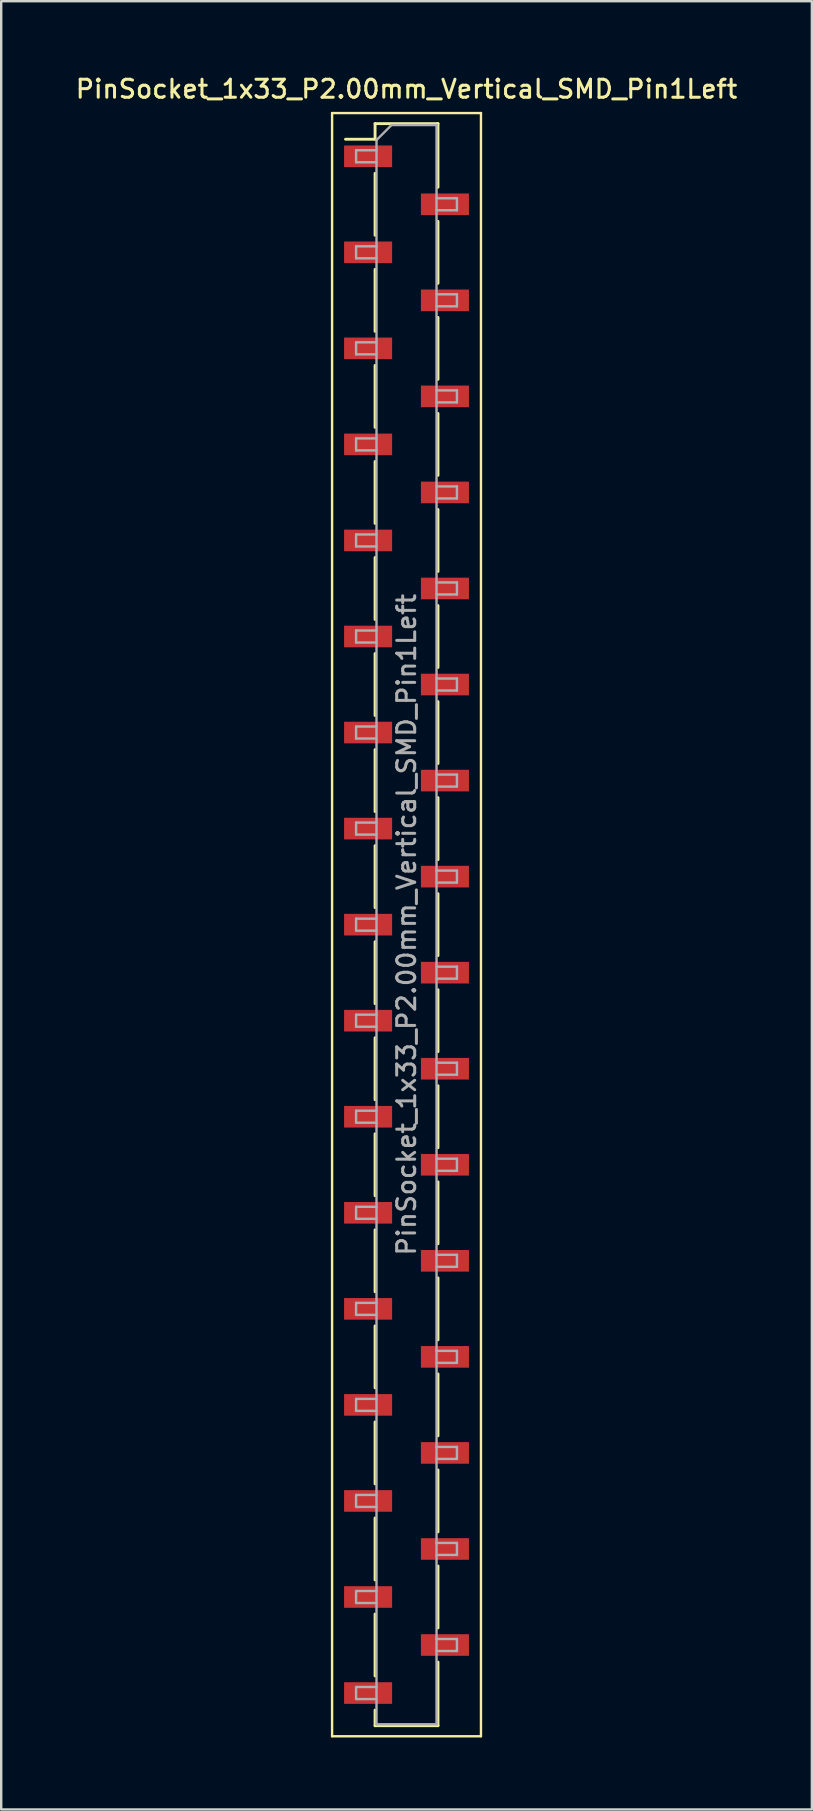
<source format=kicad_pcb>
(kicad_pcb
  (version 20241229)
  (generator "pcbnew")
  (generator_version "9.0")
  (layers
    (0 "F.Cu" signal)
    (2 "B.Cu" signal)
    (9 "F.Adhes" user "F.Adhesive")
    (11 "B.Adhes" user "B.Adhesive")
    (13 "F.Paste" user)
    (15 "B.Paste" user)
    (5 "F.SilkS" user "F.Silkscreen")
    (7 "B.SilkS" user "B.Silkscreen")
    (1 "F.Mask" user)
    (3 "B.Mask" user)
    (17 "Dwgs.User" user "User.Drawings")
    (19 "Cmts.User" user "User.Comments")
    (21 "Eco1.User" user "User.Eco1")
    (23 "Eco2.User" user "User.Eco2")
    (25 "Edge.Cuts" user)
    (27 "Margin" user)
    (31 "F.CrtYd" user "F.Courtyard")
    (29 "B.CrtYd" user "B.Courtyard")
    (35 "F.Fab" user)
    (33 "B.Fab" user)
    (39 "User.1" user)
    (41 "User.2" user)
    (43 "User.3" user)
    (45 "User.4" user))
  (footprint "PinSocket_1x33_P2.00mm_Vertical_SMD_Pin1Left"
    (layer "F.Cu")
    (at 13.88 35.458)
    (property "Reference" "PinSocket_1x33_P2.00mm_Vertical_SMD_Pin1Left" (at 0 -34.8 0) (layer "F.SilkS") (effects (font (size 0.75 0.75) (thickness 0.125))))
    (attr smd)
    (fp_line (start -3.1 -33.8) (end 3.1 -33.8) (stroke (width 0.1) (type solid)) (layer "F.SilkS"))
    (fp_line (start -3.1 33.8) (end -3.1 -33.8) (stroke (width 0.1) (type solid)) (layer "F.SilkS"))
    (fp_line (start -2.54 -32.71) (end -1.31 -32.71) (stroke (width 0.12) (type solid)) (layer "F.SilkS"))
    (fp_line (start -1.31 -33.36) (end -1.31 -32.71) (stroke (width 0.12) (type solid)) (layer "F.SilkS"))
    (fp_line (start -1.31 -33.36) (end 1.31 -33.36) (stroke (width 0.12) (type solid)) (layer "F.SilkS"))
    (fp_line (start -1.31 -31.29) (end -1.31 -28.71) (stroke (width 0.12) (type solid)) (layer "F.SilkS"))
    (fp_line (start -1.31 -27.29) (end -1.31 -24.71) (stroke (width 0.12) (type solid)) (layer "F.SilkS"))
    (fp_line (start -1.31 -23.29) (end -1.31 -20.71) (stroke (width 0.12) (type solid)) (layer "F.SilkS"))
    (fp_line (start -1.31 -19.29) (end -1.31 -16.71) (stroke (width 0.12) (type solid)) (layer "F.SilkS"))
    (fp_line (start -1.31 -15.29) (end -1.31 -12.71) (stroke (width 0.12) (type solid)) (layer "F.SilkS"))
    (fp_line (start -1.31 -11.29) (end -1.31 -8.71) (stroke (width 0.12) (type solid)) (layer "F.SilkS"))
    (fp_line (start -1.31 -7.29) (end -1.31 -4.71) (stroke (width 0.12) (type solid)) (layer "F.SilkS"))
    (fp_line (start -1.31 -3.29) (end -1.31 -0.71) (stroke (width 0.12) (type solid)) (layer "F.SilkS"))
    (fp_line (start -1.31 0.71) (end -1.31 3.29) (stroke (width 0.12) (type solid)) (layer "F.SilkS"))
    (fp_line (start -1.31 4.71) (end -1.31 7.29) (stroke (width 0.12) (type solid)) (layer "F.SilkS"))
    (fp_line (start -1.31 8.71) (end -1.31 11.29) (stroke (width 0.12) (type solid)) (layer "F.SilkS"))
    (fp_line (start -1.31 12.71) (end -1.31 15.29) (stroke (width 0.12) (type solid)) (layer "F.SilkS"))
    (fp_line (start -1.31 16.71) (end -1.31 19.29) (stroke (width 0.12) (type solid)) (layer "F.SilkS"))
    (fp_line (start -1.31 20.71) (end -1.31 23.29) (stroke (width 0.12) (type solid)) (layer "F.SilkS"))
    (fp_line (start -1.31 24.71) (end -1.31 27.29) (stroke (width 0.12) (type solid)) (layer "F.SilkS"))
    (fp_line (start -1.31 28.71) (end -1.31 31.29) (stroke (width 0.12) (type solid)) (layer "F.SilkS"))
    (fp_line (start -1.31 32.71) (end -1.31 33.36) (stroke (width 0.12) (type solid)) (layer "F.SilkS"))
    (fp_line (start -1.31 33.36) (end 1.31 33.36) (stroke (width 0.12) (type solid)) (layer "F.SilkS"))
    (fp_line (start 1.31 -33.36) (end 1.31 -30.71) (stroke (width 0.12) (type solid)) (layer "F.SilkS"))
    (fp_line (start 1.31 -29.29) (end 1.31 -26.71) (stroke (width 0.12) (type solid)) (layer "F.SilkS"))
    (fp_line (start 1.31 -25.29) (end 1.31 -22.71) (stroke (width 0.12) (type solid)) (layer "F.SilkS"))
    (fp_line (start 1.31 -21.29) (end 1.31 -18.71) (stroke (width 0.12) (type solid)) (layer "F.SilkS"))
    (fp_line (start 1.31 -17.29) (end 1.31 -14.71) (stroke (width 0.12) (type solid)) (layer "F.SilkS"))
    (fp_line (start 1.31 -13.29) (end 1.31 -10.71) (stroke (width 0.12) (type solid)) (layer "F.SilkS"))
    (fp_line (start 1.31 -9.29) (end 1.31 -6.71) (stroke (width 0.12) (type solid)) (layer "F.SilkS"))
    (fp_line (start 1.31 -5.29) (end 1.31 -2.71) (stroke (width 0.12) (type solid)) (layer "F.SilkS"))
    (fp_line (start 1.31 -1.29) (end 1.31 1.29) (stroke (width 0.12) (type solid)) (layer "F.SilkS"))
    (fp_line (start 1.31 2.71) (end 1.31 5.29) (stroke (width 0.12) (type solid)) (layer "F.SilkS"))
    (fp_line (start 1.31 6.71) (end 1.31 9.29) (stroke (width 0.12) (type solid)) (layer "F.SilkS"))
    (fp_line (start 1.31 10.71) (end 1.31 13.29) (stroke (width 0.12) (type solid)) (layer "F.SilkS"))
    (fp_line (start 1.31 14.71) (end 1.31 17.29) (stroke (width 0.12) (type solid)) (layer "F.SilkS"))
    (fp_line (start 1.31 18.71) (end 1.31 21.29) (stroke (width 0.12) (type solid)) (layer "F.SilkS"))
    (fp_line (start 1.31 22.71) (end 1.31 25.29) (stroke (width 0.12) (type solid)) (layer "F.SilkS"))
    (fp_line (start 1.31 26.71) (end 1.31 29.29) (stroke (width 0.12) (type solid)) (layer "F.SilkS"))
    (fp_line (start 1.31 30.71) (end 1.31 33.36) (stroke (width 0.12) (type solid)) (layer "F.SilkS"))
    (fp_line (start 3.1 -33.8) (end 3.1 33.8) (stroke (width 0.1) (type solid)) (layer "F.SilkS"))
    (fp_line (start 3.1 33.8) (end -3.1 33.8) (stroke (width 0.1) (type solid)) (layer "F.SilkS"))
    (fp_line (start -2.1 -32.25) (end -1.25 -32.25) (stroke (width 0.1) (type solid)) (layer "F.Fab"))
    (fp_line (start -2.1 -31.75) (end -2.1 -32.25) (stroke (width 0.1) (type solid)) (layer "F.Fab"))
    (fp_line (start -2.1 -28.25) (end -1.25 -28.25) (stroke (width 0.1) (type solid)) (layer "F.Fab"))
    (fp_line (start -2.1 -27.75) (end -2.1 -28.25) (stroke (width 0.1) (type solid)) (layer "F.Fab"))
    (fp_line (start -2.1 -24.25) (end -1.25 -24.25) (stroke (width 0.1) (type solid)) (layer "F.Fab"))
    (fp_line (start -2.1 -23.75) (end -2.1 -24.25) (stroke (width 0.1) (type solid)) (layer "F.Fab"))
    (fp_line (start -2.1 -20.25) (end -1.25 -20.25) (stroke (width 0.1) (type solid)) (layer "F.Fab"))
    (fp_line (start -2.1 -19.75) (end -2.1 -20.25) (stroke (width 0.1) (type solid)) (layer "F.Fab"))
    (fp_line (start -2.1 -16.25) (end -1.25 -16.25) (stroke (width 0.1) (type solid)) (layer "F.Fab"))
    (fp_line (start -2.1 -15.75) (end -2.1 -16.25) (stroke (width 0.1) (type solid)) (layer "F.Fab"))
    (fp_line (start -2.1 -12.25) (end -1.25 -12.25) (stroke (width 0.1) (type solid)) (layer "F.Fab"))
    (fp_line (start -2.1 -11.75) (end -2.1 -12.25) (stroke (width 0.1) (type solid)) (layer "F.Fab"))
    (fp_line (start -2.1 -8.25) (end -1.25 -8.25) (stroke (width 0.1) (type solid)) (layer "F.Fab"))
    (fp_line (start -2.1 -7.75) (end -2.1 -8.25) (stroke (width 0.1) (type solid)) (layer "F.Fab"))
    (fp_line (start -2.1 -4.25) (end -1.25 -4.25) (stroke (width 0.1) (type solid)) (layer "F.Fab"))
    (fp_line (start -2.1 -3.75) (end -2.1 -4.25) (stroke (width 0.1) (type solid)) (layer "F.Fab"))
    (fp_line (start -2.1 -0.25) (end -1.25 -0.25) (stroke (width 0.1) (type solid)) (layer "F.Fab"))
    (fp_line (start -2.1 0.25) (end -2.1 -0.25) (stroke (width 0.1) (type solid)) (layer "F.Fab"))
    (fp_line (start -2.1 3.75) (end -1.25 3.75) (stroke (width 0.1) (type solid)) (layer "F.Fab"))
    (fp_line (start -2.1 4.25) (end -2.1 3.75) (stroke (width 0.1) (type solid)) (layer "F.Fab"))
    (fp_line (start -2.1 7.75) (end -1.25 7.75) (stroke (width 0.1) (type solid)) (layer "F.Fab"))
    (fp_line (start -2.1 8.25) (end -2.1 7.75) (stroke (width 0.1) (type solid)) (layer "F.Fab"))
    (fp_line (start -2.1 11.75) (end -1.25 11.75) (stroke (width 0.1) (type solid)) (layer "F.Fab"))
    (fp_line (start -2.1 12.25) (end -2.1 11.75) (stroke (width 0.1) (type solid)) (layer "F.Fab"))
    (fp_line (start -2.1 15.75) (end -1.25 15.75) (stroke (width 0.1) (type solid)) (layer "F.Fab"))
    (fp_line (start -2.1 16.25) (end -2.1 15.75) (stroke (width 0.1) (type solid)) (layer "F.Fab"))
    (fp_line (start -2.1 19.75) (end -1.25 19.75) (stroke (width 0.1) (type solid)) (layer "F.Fab"))
    (fp_line (start -2.1 20.25) (end -2.1 19.75) (stroke (width 0.1) (type solid)) (layer "F.Fab"))
    (fp_line (start -2.1 23.75) (end -1.25 23.75) (stroke (width 0.1) (type solid)) (layer "F.Fab"))
    (fp_line (start -2.1 24.25) (end -2.1 23.75) (stroke (width 0.1) (type solid)) (layer "F.Fab"))
    (fp_line (start -2.1 27.75) (end -1.25 27.75) (stroke (width 0.1) (type solid)) (layer "F.Fab"))
    (fp_line (start -2.1 28.25) (end -2.1 27.75) (stroke (width 0.1) (type solid)) (layer "F.Fab"))
    (fp_line (start -2.1 31.75) (end -1.25 31.75) (stroke (width 0.1) (type solid)) (layer "F.Fab"))
    (fp_line (start -2.1 32.25) (end -2.1 31.75) (stroke (width 0.1) (type solid)) (layer "F.Fab"))
    (fp_line (start -1.25 -32.675) (end -0.625 -33.3) (stroke (width 0.1) (type solid)) (layer "F.Fab"))
    (fp_line (start -1.25 -31.75) (end -2.1 -31.75) (stroke (width 0.1) (type solid)) (layer "F.Fab"))
    (fp_line (start -1.25 -27.75) (end -2.1 -27.75) (stroke (width 0.1) (type solid)) (layer "F.Fab"))
    (fp_line (start -1.25 -23.75) (end -2.1 -23.75) (stroke (width 0.1) (type solid)) (layer "F.Fab"))
    (fp_line (start -1.25 -19.75) (end -2.1 -19.75) (stroke (width 0.1) (type solid)) (layer "F.Fab"))
    (fp_line (start -1.25 -15.75) (end -2.1 -15.75) (stroke (width 0.1) (type solid)) (layer "F.Fab"))
    (fp_line (start -1.25 -11.75) (end -2.1 -11.75) (stroke (width 0.1) (type solid)) (layer "F.Fab"))
    (fp_line (start -1.25 -7.75) (end -2.1 -7.75) (stroke (width 0.1) (type solid)) (layer "F.Fab"))
    (fp_line (start -1.25 -3.75) (end -2.1 -3.75) (stroke (width 0.1) (type solid)) (layer "F.Fab"))
    (fp_line (start -1.25 0.25) (end -2.1 0.25) (stroke (width 0.1) (type solid)) (layer "F.Fab"))
    (fp_line (start -1.25 4.25) (end -2.1 4.25) (stroke (width 0.1) (type solid)) (layer "F.Fab"))
    (fp_line (start -1.25 8.25) (end -2.1 8.25) (stroke (width 0.1) (type solid)) (layer "F.Fab"))
    (fp_line (start -1.25 12.25) (end -2.1 12.25) (stroke (width 0.1) (type solid)) (layer "F.Fab"))
    (fp_line (start -1.25 16.25) (end -2.1 16.25) (stroke (width 0.1) (type solid)) (layer "F.Fab"))
    (fp_line (start -1.25 20.25) (end -2.1 20.25) (stroke (width 0.1) (type solid)) (layer "F.Fab"))
    (fp_line (start -1.25 24.25) (end -2.1 24.25) (stroke (width 0.1) (type solid)) (layer "F.Fab"))
    (fp_line (start -1.25 28.25) (end -2.1 28.25) (stroke (width 0.1) (type solid)) (layer "F.Fab"))
    (fp_line (start -1.25 32.25) (end -2.1 32.25) (stroke (width 0.1) (type solid)) (layer "F.Fab"))
    (fp_line (start -1.25 33.3) (end -1.25 -32.675) (stroke (width 0.1) (type solid)) (layer "F.Fab"))
    (fp_line (start -0.625 -33.3) (end 1.25 -33.3) (stroke (width 0.1) (type solid)) (layer "F.Fab"))
    (fp_line (start 1.25 -33.3) (end 1.25 33.3) (stroke (width 0.1) (type solid)) (layer "F.Fab"))
    (fp_line (start 1.25 -30.25) (end 2.1 -30.25) (stroke (width 0.1) (type solid)) (layer "F.Fab"))
    (fp_line (start 1.25 -26.25) (end 2.1 -26.25) (stroke (width 0.1) (type solid)) (layer "F.Fab"))
    (fp_line (start 1.25 -22.25) (end 2.1 -22.25) (stroke (width 0.1) (type solid)) (layer "F.Fab"))
    (fp_line (start 1.25 -18.25) (end 2.1 -18.25) (stroke (width 0.1) (type solid)) (layer "F.Fab"))
    (fp_line (start 1.25 -14.25) (end 2.1 -14.25) (stroke (width 0.1) (type solid)) (layer "F.Fab"))
    (fp_line (start 1.25 -10.25) (end 2.1 -10.25) (stroke (width 0.1) (type solid)) (layer "F.Fab"))
    (fp_line (start 1.25 -6.25) (end 2.1 -6.25) (stroke (width 0.1) (type solid)) (layer "F.Fab"))
    (fp_line (start 1.25 -2.25) (end 2.1 -2.25) (stroke (width 0.1) (type solid)) (layer "F.Fab"))
    (fp_line (start 1.25 1.75) (end 2.1 1.75) (stroke (width 0.1) (type solid)) (layer "F.Fab"))
    (fp_line (start 1.25 5.75) (end 2.1 5.75) (stroke (width 0.1) (type solid)) (layer "F.Fab"))
    (fp_line (start 1.25 9.75) (end 2.1 9.75) (stroke (width 0.1) (type solid)) (layer "F.Fab"))
    (fp_line (start 1.25 13.75) (end 2.1 13.75) (stroke (width 0.1) (type solid)) (layer "F.Fab"))
    (fp_line (start 1.25 17.75) (end 2.1 17.75) (stroke (width 0.1) (type solid)) (layer "F.Fab"))
    (fp_line (start 1.25 21.75) (end 2.1 21.75) (stroke (width 0.1) (type solid)) (layer "F.Fab"))
    (fp_line (start 1.25 25.75) (end 2.1 25.75) (stroke (width 0.1) (type solid)) (layer "F.Fab"))
    (fp_line (start 1.25 29.75) (end 2.1 29.75) (stroke (width 0.1) (type solid)) (layer "F.Fab"))
    (fp_line (start 1.25 33.3) (end -1.25 33.3) (stroke (width 0.1) (type solid)) (layer "F.Fab"))
    (fp_line (start 2.1 -30.25) (end 2.1 -29.75) (stroke (width 0.1) (type solid)) (layer "F.Fab"))
    (fp_line (start 2.1 -29.75) (end 1.25 -29.75) (stroke (width 0.1) (type solid)) (layer "F.Fab"))
    (fp_line (start 2.1 -26.25) (end 2.1 -25.75) (stroke (width 0.1) (type solid)) (layer "F.Fab"))
    (fp_line (start 2.1 -25.75) (end 1.25 -25.75) (stroke (width 0.1) (type solid)) (layer "F.Fab"))
    (fp_line (start 2.1 -22.25) (end 2.1 -21.75) (stroke (width 0.1) (type solid)) (layer "F.Fab"))
    (fp_line (start 2.1 -21.75) (end 1.25 -21.75) (stroke (width 0.1) (type solid)) (layer "F.Fab"))
    (fp_line (start 2.1 -18.25) (end 2.1 -17.75) (stroke (width 0.1) (type solid)) (layer "F.Fab"))
    (fp_line (start 2.1 -17.75) (end 1.25 -17.75) (stroke (width 0.1) (type solid)) (layer "F.Fab"))
    (fp_line (start 2.1 -14.25) (end 2.1 -13.75) (stroke (width 0.1) (type solid)) (layer "F.Fab"))
    (fp_line (start 2.1 -13.75) (end 1.25 -13.75) (stroke (width 0.1) (type solid)) (layer "F.Fab"))
    (fp_line (start 2.1 -10.25) (end 2.1 -9.75) (stroke (width 0.1) (type solid)) (layer "F.Fab"))
    (fp_line (start 2.1 -9.75) (end 1.25 -9.75) (stroke (width 0.1) (type solid)) (layer "F.Fab"))
    (fp_line (start 2.1 -6.25) (end 2.1 -5.75) (stroke (width 0.1) (type solid)) (layer "F.Fab"))
    (fp_line (start 2.1 -5.75) (end 1.25 -5.75) (stroke (width 0.1) (type solid)) (layer "F.Fab"))
    (fp_line (start 2.1 -2.25) (end 2.1 -1.75) (stroke (width 0.1) (type solid)) (layer "F.Fab"))
    (fp_line (start 2.1 -1.75) (end 1.25 -1.75) (stroke (width 0.1) (type solid)) (layer "F.Fab"))
    (fp_line (start 2.1 1.75) (end 2.1 2.25) (stroke (width 0.1) (type solid)) (layer "F.Fab"))
    (fp_line (start 2.1 2.25) (end 1.25 2.25) (stroke (width 0.1) (type solid)) (layer "F.Fab"))
    (fp_line (start 2.1 5.75) (end 2.1 6.25) (stroke (width 0.1) (type solid)) (layer "F.Fab"))
    (fp_line (start 2.1 6.25) (end 1.25 6.25) (stroke (width 0.1) (type solid)) (layer "F.Fab"))
    (fp_line (start 2.1 9.75) (end 2.1 10.25) (stroke (width 0.1) (type solid)) (layer "F.Fab"))
    (fp_line (start 2.1 10.25) (end 1.25 10.25) (stroke (width 0.1) (type solid)) (layer "F.Fab"))
    (fp_line (start 2.1 13.75) (end 2.1 14.25) (stroke (width 0.1) (type solid)) (layer "F.Fab"))
    (fp_line (start 2.1 14.25) (end 1.25 14.25) (stroke (width 0.1) (type solid)) (layer "F.Fab"))
    (fp_line (start 2.1 17.75) (end 2.1 18.25) (stroke (width 0.1) (type solid)) (layer "F.Fab"))
    (fp_line (start 2.1 18.25) (end 1.25 18.25) (stroke (width 0.1) (type solid)) (layer "F.Fab"))
    (fp_line (start 2.1 21.75) (end 2.1 22.25) (stroke (width 0.1) (type solid)) (layer "F.Fab"))
    (fp_line (start 2.1 22.25) (end 1.25 22.25) (stroke (width 0.1) (type solid)) (layer "F.Fab"))
    (fp_line (start 2.1 25.75) (end 2.1 26.25) (stroke (width 0.1) (type solid)) (layer "F.Fab"))
    (fp_line (start 2.1 26.25) (end 1.25 26.25) (stroke (width 0.1) (type solid)) (layer "F.Fab"))
    (fp_line (start 2.1 29.75) (end 2.1 30.25) (stroke (width 0.1) (type solid)) (layer "F.Fab"))
    (fp_line (start 2.1 30.25) (end 1.25 30.25) (stroke (width 0.1) (type solid)) (layer "F.Fab"))
    (fp_text user "${REFERENCE}" (at 0 0 90) (layer "F.Fab") (effects (font (size 0.75 0.75) (thickness 0.125))))
    (pad "1" smd rect (at -1.6 -32) (size 2 0.9) (layers "F.Cu" "F.Mask" "F.Paste"))
    (pad "2" smd rect (at 1.6 -30) (size 2 0.9) (layers "F.Cu" "F.Mask" "F.Paste"))
    (pad "3" smd rect (at -1.6 -28) (size 2 0.9) (layers "F.Cu" "F.Mask" "F.Paste"))
    (pad "4" smd rect (at 1.6 -26) (size 2 0.9) (layers "F.Cu" "F.Mask" "F.Paste"))
    (pad "5" smd rect (at -1.6 -24) (size 2 0.9) (layers "F.Cu" "F.Mask" "F.Paste"))
    (pad "6" smd rect (at 1.6 -22) (size 2 0.9) (layers "F.Cu" "F.Mask" "F.Paste"))
    (pad "7" smd rect (at -1.6 -20) (size 2 0.9) (layers "F.Cu" "F.Mask" "F.Paste"))
    (pad "8" smd rect (at 1.6 -18) (size 2 0.9) (layers "F.Cu" "F.Mask" "F.Paste"))
    (pad "9" smd rect (at -1.6 -16) (size 2 0.9) (layers "F.Cu" "F.Mask" "F.Paste"))
    (pad "10" smd rect (at 1.6 -14) (size 2 0.9) (layers "F.Cu" "F.Mask" "F.Paste"))
    (pad "11" smd rect (at -1.6 -12) (size 2 0.9) (layers "F.Cu" "F.Mask" "F.Paste"))
    (pad "12" smd rect (at 1.6 -10) (size 2 0.9) (layers "F.Cu" "F.Mask" "F.Paste"))
    (pad "13" smd rect (at -1.6 -8) (size 2 0.9) (layers "F.Cu" "F.Mask" "F.Paste"))
    (pad "14" smd rect (at 1.6 -6) (size 2 0.9) (layers "F.Cu" "F.Mask" "F.Paste"))
    (pad "15" smd rect (at -1.6 -4) (size 2 0.9) (layers "F.Cu" "F.Mask" "F.Paste"))
    (pad "16" smd rect (at 1.6 -2) (size 2 0.9) (layers "F.Cu" "F.Mask" "F.Paste"))
    (pad "17" smd rect (at -1.6 0) (size 2 0.9) (layers "F.Cu" "F.Mask" "F.Paste"))
    (pad "18" smd rect (at 1.6 2) (size 2 0.9) (layers "F.Cu" "F.Mask" "F.Paste"))
    (pad "19" smd rect (at -1.6 4) (size 2 0.9) (layers "F.Cu" "F.Mask" "F.Paste"))
    (pad "20" smd rect (at 1.6 6) (size 2 0.9) (layers "F.Cu" "F.Mask" "F.Paste"))
    (pad "21" smd rect (at -1.6 8) (size 2 0.9) (layers "F.Cu" "F.Mask" "F.Paste"))
    (pad "22" smd rect (at 1.6 10) (size 2 0.9) (layers "F.Cu" "F.Mask" "F.Paste"))
    (pad "23" smd rect (at -1.6 12) (size 2 0.9) (layers "F.Cu" "F.Mask" "F.Paste"))
    (pad "24" smd rect (at 1.6 14) (size 2 0.9) (layers "F.Cu" "F.Mask" "F.Paste"))
    (pad "25" smd rect (at -1.6 16) (size 2 0.9) (layers "F.Cu" "F.Mask" "F.Paste"))
    (pad "26" smd rect (at 1.6 18) (size 2 0.9) (layers "F.Cu" "F.Mask" "F.Paste"))
    (pad "27" smd rect (at -1.6 20) (size 2 0.9) (layers "F.Cu" "F.Mask" "F.Paste"))
    (pad "28" smd rect (at 1.6 22) (size 2 0.9) (layers "F.Cu" "F.Mask" "F.Paste"))
    (pad "29" smd rect (at -1.6 24) (size 2 0.9) (layers "F.Cu" "F.Mask" "F.Paste"))
    (pad "30" smd rect (at 1.6 26) (size 2 0.9) (layers "F.Cu" "F.Mask" "F.Paste"))
    (pad "31" smd rect (at -1.6 28) (size 2 0.9) (layers "F.Cu" "F.Mask" "F.Paste"))
    (pad "32" smd rect (at 1.6 30) (size 2 0.9) (layers "F.Cu" "F.Mask" "F.Paste"))
    (pad "33" smd rect (at -1.6 32) (size 2 0.9) (layers "F.Cu" "F.Mask" "F.Paste")))
  (gr_rect
    (start -3 -3)
    (end 30.761 72.308)
    (stroke (width 0.1) (type default))
    (fill no)
    (layer "Edge.Cuts")))
</source>
